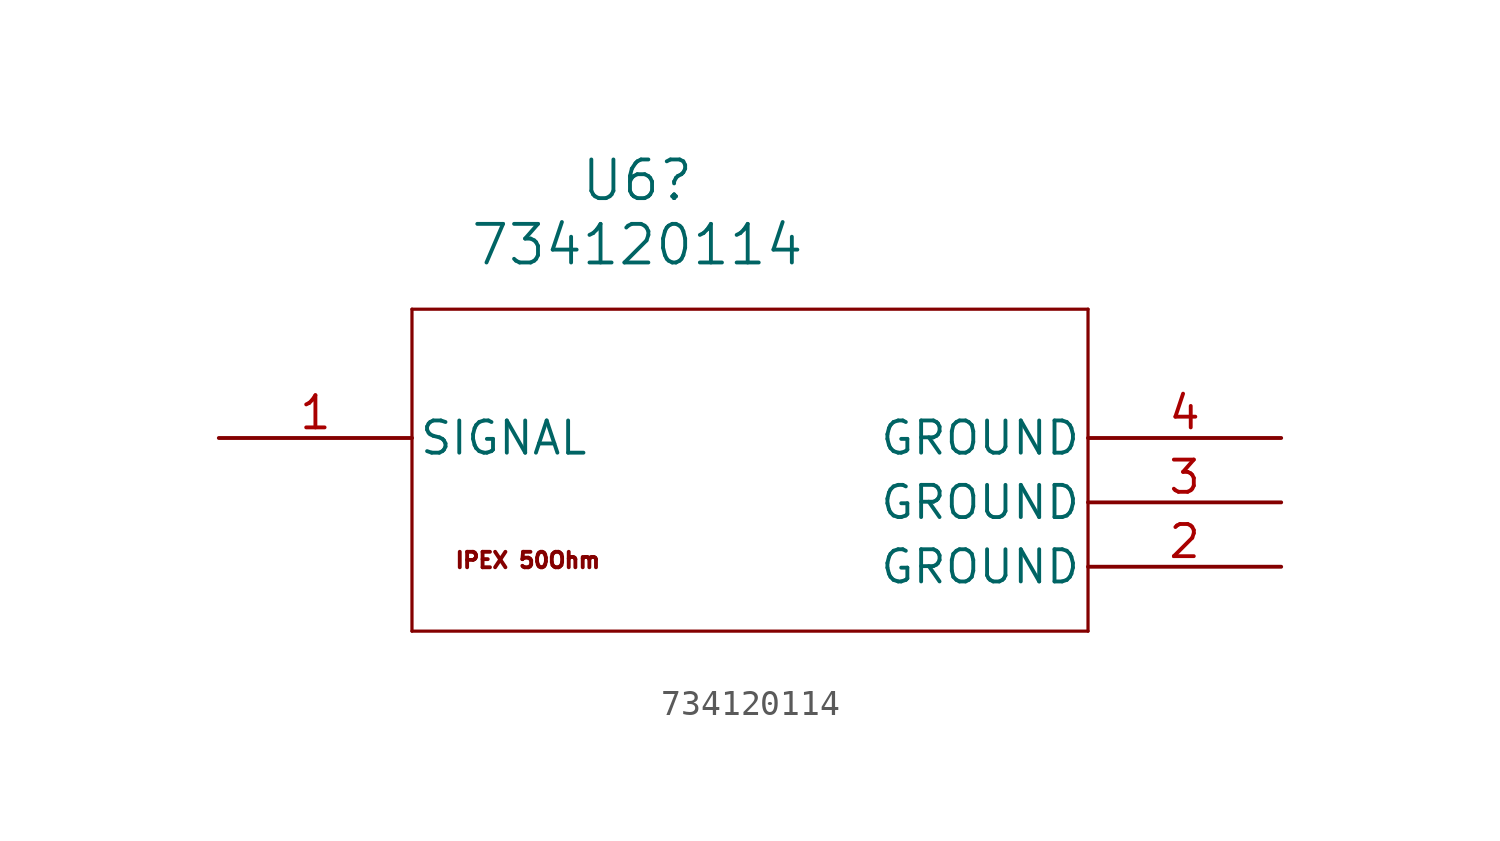
<source format=kicad_sym>
(kicad_symbol_lib
  (version 20231120)
  (generator "kicad_symbol_editor")
  (generator_version "8.0")
  (symbol "734120114"
    (pin_names
      (offset 0.254))
    (property "Reference" "U6"
      (at 25.4 10.16 0)
      (effects (font (size 1.524 1.524))))
    (property "Value" "734120114"
      (at 25.4 7.62 0)
      (effects (font (size 1.524 1.524))))
    (property "ki_locked" ""
      (at 0 0 0)
      (effects (font (size 1.27 1.27))))
    (symbol "734120114_0_1"
      (polyline (pts (xy 16.51 -7.62) (xy 43.18 -7.62)) (stroke (width 0.127) (type default)) (fill (type none)))
      (polyline (pts (xy 16.51 5.08) (xy 16.51 -7.62)) (stroke (width 0.127) (type default)) (fill (type none)))
      (polyline (pts (xy 43.18 -7.62) (xy 43.18 5.08)) (stroke (width 0.127) (type default)) (fill (type none)))
      (polyline (pts (xy 43.18 5.08) (xy 16.51 5.08)) (stroke (width 0.127) (type default)) (fill (type none)))
      (pin bidirectional line (at 8.89 0 0) (length 7.62) (name "SIGNAL" (effects (font (size 1.27 1.27)))) (number "1" (effects (font (size 1.27 1.27)))))
      (pin power_out line (at 50.8 -2.54 180) (length 7.62) (name "GROUND" (effects (font (size 1.27 1.27)))) (number "3" (effects (font (size 1.27 1.27)))))
      (pin power_out line (at 50.8 0 180) (length 7.62) (name "GROUND" (effects (font (size 1.27 1.27)))) (number "4" (effects (font (size 1.27 1.27))))))
    (symbol "734120114_1_1"
      (text "IPEX 50Ohm" (at 21.082 -4.826 0) (effects (font (size 0.61 0.61))))
      (pin power_out line (at 50.8 -5.08 180) (length 7.62) (name "GROUND" (effects (font (size 1.27 1.27)))) (number "2" (effects (font (size 1.27 1.27))))))))
</source>
